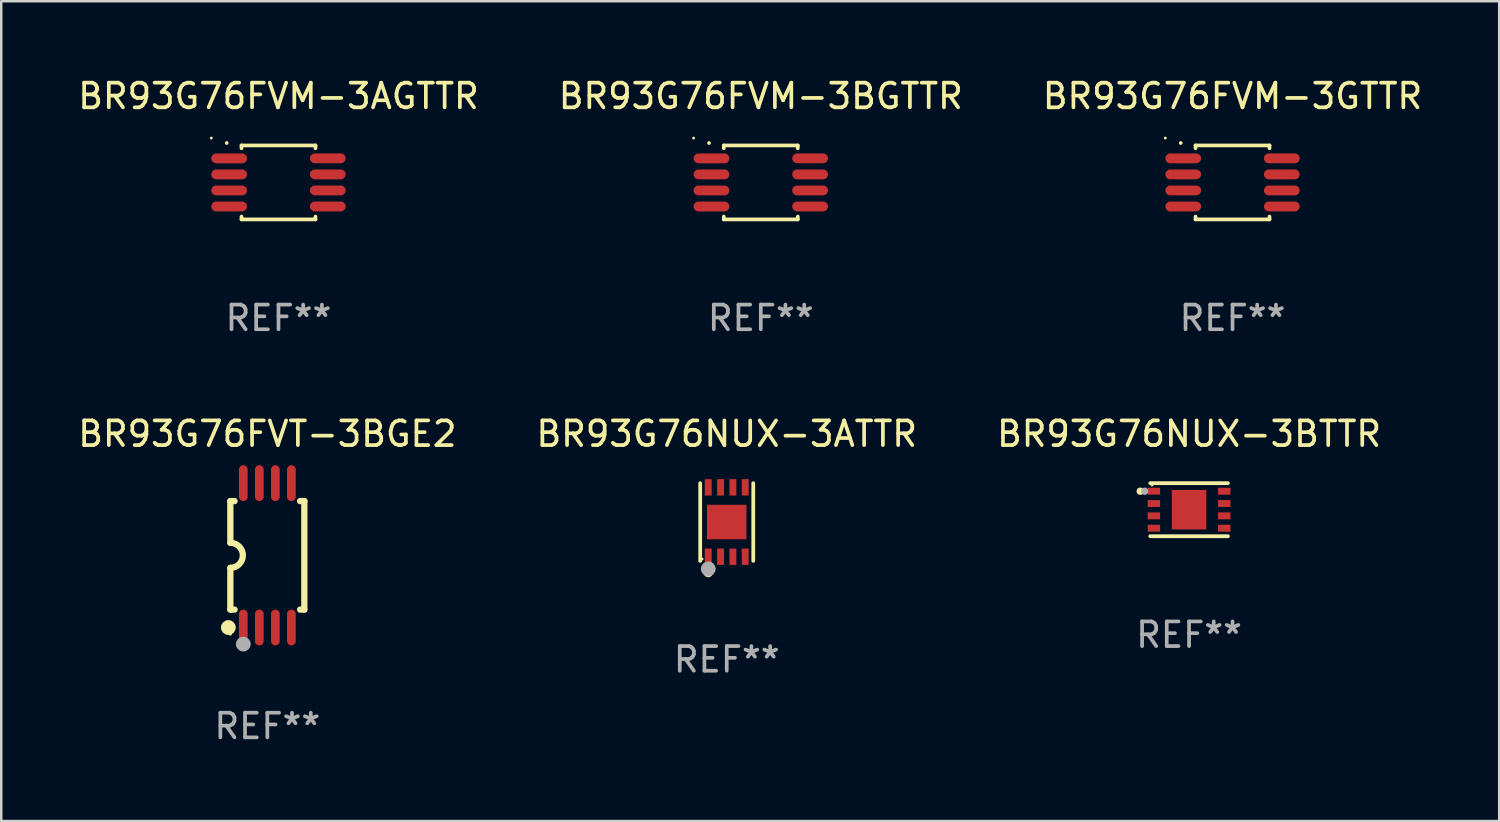
<source format=kicad_pcb>
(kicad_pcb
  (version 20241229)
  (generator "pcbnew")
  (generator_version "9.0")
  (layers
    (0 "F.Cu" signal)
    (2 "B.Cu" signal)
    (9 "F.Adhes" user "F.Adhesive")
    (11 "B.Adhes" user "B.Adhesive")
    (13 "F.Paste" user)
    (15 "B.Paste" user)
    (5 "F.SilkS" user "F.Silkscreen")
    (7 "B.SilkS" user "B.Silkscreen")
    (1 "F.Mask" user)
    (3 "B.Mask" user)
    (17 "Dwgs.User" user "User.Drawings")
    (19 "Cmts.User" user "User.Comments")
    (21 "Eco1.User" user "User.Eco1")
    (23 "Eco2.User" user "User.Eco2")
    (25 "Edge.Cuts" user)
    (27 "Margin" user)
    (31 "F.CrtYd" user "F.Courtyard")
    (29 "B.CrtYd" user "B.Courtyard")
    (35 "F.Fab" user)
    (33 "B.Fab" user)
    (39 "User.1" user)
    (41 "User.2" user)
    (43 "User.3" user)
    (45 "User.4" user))
  (footprint "BR93G76NUX-3BTTR"
    (layer "F.Cu")
    (at 45.173 17.621)
    (property "Reference" "BR93G76NUX-3BTTR" (at 0 -3.076 0) (layer "F.SilkS") (effects (font (size 1 1) (thickness 0.15))))
    (attr through_hole)
    (fp_line (start -1.576 -1.076) (end 1.576 -1.076) (stroke (width 0.152) (type solid)) (layer "F.SilkS"))
    (fp_line (start -1.576 1.076) (end 1.576 1.076) (stroke (width 0.152) (type solid)) (layer "F.SilkS"))
    (fp_circle (center -1.98 -0.75) (end -1.905 -0.75) (stroke (width 0.15) (type solid)) (fill no) (layer "F.SilkS"))
    (fp_circle (center -1.5 -1) (end -1.47 -1) (stroke (width 0.06) (type solid)) (fill no) (layer "F.SilkS"))
    (fp_circle (center -1.8 -0.75) (end -1.725 -0.75) (stroke (width 0.15) (type solid)) (fill no) (layer "F.Fab"))
    (fp_text user "REF**" (at 0 5.076 0) (layer "F.Fab") (effects (font (size 1 1) (thickness 0.15))))
    (pad "1" smd rect (at -1.427 -0.75) (size 0.505 0.28) (layers "F.Cu" "F.Mask" "F.Paste"))
    (pad "2" smd rect (at -1.427 -0.25) (size 0.505 0.28) (layers "F.Cu" "F.Mask" "F.Paste"))
    (pad "3" smd rect (at -1.427 0.25) (size 0.505 0.28) (layers "F.Cu" "F.Mask" "F.Paste"))
    (pad "4" smd rect (at -1.427 0.75) (size 0.505 0.28) (layers "F.Cu" "F.Mask" "F.Paste"))
    (pad "5" smd rect (at 1.427 0.75) (size 0.505 0.28) (layers "F.Cu" "F.Mask" "F.Paste"))
    (pad "6" smd rect (at 1.427 0.25) (size 0.505 0.28) (layers "F.Cu" "F.Mask" "F.Paste"))
    (pad "7" smd rect (at 1.427 -0.25) (size 0.505 0.28) (layers "F.Cu" "F.Mask" "F.Paste"))
    (pad "8" smd rect (at 1.427 -0.75) (size 0.505 0.28) (layers "F.Cu" "F.Mask" "F.Paste"))
    (pad "9" smd rect (at 0 0) (size 1.4 1.6) (layers "F.Cu" "F.Mask" "F.Paste")))
  (footprint "BR93G76FVM-3BGTTR"
    (layer "F.Cu")
    (at 27.804 4.348)
    (property "Reference" "BR93G76FVM-3BGTTR" (at 0 -3.5 0) (layer "F.SilkS") (effects (font (size 1 1) (thickness 0.15))))
    (attr through_hole)
    (fp_line (start -1.5 -1.5) (end 1.5 -1.5) (stroke (width 0.15) (type solid)) (layer "F.SilkS"))
    (fp_line (start -1.5 -1.385) (end -1.5 -1.5) (stroke (width 0.15) (type solid)) (layer "F.SilkS"))
    (fp_line (start -1.5 1.5) (end -1.5 1.385) (stroke (width 0.15) (type solid)) (layer "F.SilkS"))
    (fp_line (start 1.5 -1.5) (end 1.5 -1.385) (stroke (width 0.15) (type solid)) (layer "F.SilkS"))
    (fp_line (start 1.5 1.385) (end 1.5 1.5) (stroke (width 0.15) (type solid)) (layer "F.SilkS"))
    (fp_line (start 1.5 1.5) (end -1.5 1.5) (stroke (width 0.15) (type solid)) (layer "F.SilkS"))
    (fp_arc (start -2.099873 -1.59746) (mid -2.099879 -1.59873) (end -2.099873 -1.6) (stroke (width 0.150013) (type solid)) (layer "F.SilkS"))
    (fp_circle (center -2.725 -1.799) (end -2.695 -1.799) (stroke (width 0.06) (type solid)) (fill no) (layer "F.SilkS"))
    (fp_text user "REF**" (at 0 5.5 0) (layer "F.Fab") (effects (font (size 1 1) (thickness 0.15))))
    (pad "1" smd oval (at -2 -0.975 180) (size 1.45 0.4) (layers "F.Cu" "F.Mask" "F.Paste"))
    (pad "2" smd oval (at -2 -0.325 180) (size 1.45 0.4) (layers "F.Cu" "F.Mask" "F.Paste"))
    (pad "3" smd oval (at -2 0.325 180) (size 1.45 0.4) (layers "F.Cu" "F.Mask" "F.Paste"))
    (pad "4" smd oval (at -2 0.975 180) (size 1.45 0.4) (layers "F.Cu" "F.Mask" "F.Paste"))
    (pad "5" smd oval (at 2 0.975 180) (size 1.45 0.4) (layers "F.Cu" "F.Mask" "F.Paste"))
    (pad "6" smd oval (at 2 0.325 180) (size 1.45 0.4) (layers "F.Cu" "F.Mask" "F.Paste"))
    (pad "7" smd oval (at 2 -0.325 180) (size 1.45 0.4) (layers "F.Cu" "F.Mask" "F.Paste"))
    (pad "8" smd oval (at 2 -0.976 180) (size 1.45 0.4) (layers "F.Cu" "F.Mask" "F.Paste")))
  (footprint "BR93G76FVM-3GTTR"
    (layer "F.Cu")
    (at 46.935 4.348)
    (property "Reference" "BR93G76FVM-3GTTR" (at 0 -3.5 0) (layer "F.SilkS") (effects (font (size 1 1) (thickness 0.15))))
    (attr through_hole)
    (fp_line (start -1.5 -1.5) (end 1.5 -1.5) (stroke (width 0.15) (type solid)) (layer "F.SilkS"))
    (fp_line (start -1.5 -1.385) (end -1.5 -1.5) (stroke (width 0.15) (type solid)) (layer "F.SilkS"))
    (fp_line (start -1.5 1.5) (end -1.5 1.385) (stroke (width 0.15) (type solid)) (layer "F.SilkS"))
    (fp_line (start 1.5 -1.5) (end 1.5 -1.385) (stroke (width 0.15) (type solid)) (layer "F.SilkS"))
    (fp_line (start 1.5 1.385) (end 1.5 1.5) (stroke (width 0.15) (type solid)) (layer "F.SilkS"))
    (fp_line (start 1.5 1.5) (end -1.5 1.5) (stroke (width 0.15) (type solid)) (layer "F.SilkS"))
    (fp_arc (start -2.099873 -1.59746) (mid -2.099879 -1.59873) (end -2.099873 -1.6) (stroke (width 0.150013) (type solid)) (layer "F.SilkS"))
    (fp_circle (center -2.725 -1.799) (end -2.695 -1.799) (stroke (width 0.06) (type solid)) (fill no) (layer "F.SilkS"))
    (fp_text user "REF**" (at 0 5.5 0) (layer "F.Fab") (effects (font (size 1 1) (thickness 0.15))))
    (pad "1" smd oval (at -2 -0.975 180) (size 1.45 0.4) (layers "F.Cu" "F.Mask" "F.Paste"))
    (pad "2" smd oval (at -2 -0.325 180) (size 1.45 0.4) (layers "F.Cu" "F.Mask" "F.Paste"))
    (pad "3" smd oval (at -2 0.325 180) (size 1.45 0.4) (layers "F.Cu" "F.Mask" "F.Paste"))
    (pad "4" smd oval (at -2 0.975 180) (size 1.45 0.4) (layers "F.Cu" "F.Mask" "F.Paste"))
    (pad "5" smd oval (at 2 0.975 180) (size 1.45 0.4) (layers "F.Cu" "F.Mask" "F.Paste"))
    (pad "6" smd oval (at 2 0.325 180) (size 1.45 0.4) (layers "F.Cu" "F.Mask" "F.Paste"))
    (pad "7" smd oval (at 2 -0.325 180) (size 1.45 0.4) (layers "F.Cu" "F.Mask" "F.Paste"))
    (pad "8" smd oval (at 2 -0.976 180) (size 1.45 0.4) (layers "F.Cu" "F.Mask" "F.Paste")))
  (footprint "BR93G76NUX-3ATTR"
    (layer "F.Cu")
    (at 26.423 18.121)
    (property "Reference" "BR93G76NUX-3ATTR" (at 0 -3.576 0) (layer "F.SilkS") (effects (font (size 1 1) (thickness 0.15))))
    (attr through_hole)
    (fp_line (start -1.076 1.576) (end -1.076 -1.576) (stroke (width 0.152) (type solid)) (layer "F.SilkS"))
    (fp_line (start 1.076 -1.576) (end 1.076 1.576) (stroke (width 0.152) (type solid)) (layer "F.SilkS"))
    (fp_circle (center -1 1.5) (end -0.97 1.5) (stroke (width 0.06) (type solid)) (fill no) (layer "F.SilkS"))
    (fp_circle (center -0.75 2.04) (end -0.65 2.04) (stroke (width 0.2) (type solid)) (fill no) (layer "F.SilkS"))
    (fp_circle (center -0.75 1.9) (end -0.6 1.9) (stroke (width 0.3) (type solid)) (fill no) (layer "F.Fab"))
    (fp_text user "REF**" (at 0 5.576 0) (layer "F.Fab") (effects (font (size 1 1) (thickness 0.15))))
    (pad "1" smd rect (at -0.75 1.407) (size 0.28 0.665) (layers "F.Cu" "F.Mask" "F.Paste"))
    (pad "2" smd rect (at -0.25 1.407) (size 0.28 0.665) (layers "F.Cu" "F.Mask" "F.Paste"))
    (pad "3" smd rect (at 0.25 1.407) (size 0.28 0.665) (layers "F.Cu" "F.Mask" "F.Paste"))
    (pad "4" smd rect (at 0.75 1.407) (size 0.28 0.665) (layers "F.Cu" "F.Mask" "F.Paste"))
    (pad "5" smd rect (at 0.75 -1.407) (size 0.28 0.665) (layers "F.Cu" "F.Mask" "F.Paste"))
    (pad "6" smd rect (at 0.25 -1.407) (size 0.28 0.665) (layers "F.Cu" "F.Mask" "F.Paste"))
    (pad "7" smd rect (at -0.25 -1.407) (size 0.28 0.665) (layers "F.Cu" "F.Mask" "F.Paste"))
    (pad "8" smd rect (at -0.75 -1.407) (size 0.28 0.665) (layers "F.Cu" "F.Mask" "F.Paste"))
    (pad "9" smd rect (at 0 0) (size 1.6 1.4) (layers "F.Cu" "F.Mask" "F.Paste")))
  (footprint "BR93G76FVT-3BGE2"
    (layer "F.Cu")
    (at 7.792 19.472)
    (property "Reference" "BR93G76FVT-3BGE2" (at 0 -4.927 0) (layer "F.SilkS") (effects (font (size 1 1) (thickness 0.15))))
    (attr through_hole)
    (fp_line (start -1.5 -2.2) (end -1.5 -0.508) (stroke (width 0.254) (type solid)) (layer "F.SilkS"))
    (fp_line (start -1.5 -2.2) (end -1.328 -2.2) (stroke (width 0.254) (type solid)) (layer "F.SilkS"))
    (fp_line (start -1.5 2.2) (end -1.5 0.508) (stroke (width 0.254) (type solid)) (layer "F.SilkS"))
    (fp_line (start -1.5 2.2) (end -1.328 2.2) (stroke (width 0.254) (type solid)) (layer "F.SilkS"))
    (fp_line (start 1.328 -2.2) (end 1.5 -2.2) (stroke (width 0.254) (type solid)) (layer "F.SilkS"))
    (fp_line (start 1.328 2.2) (end 1.5 2.2) (stroke (width 0.254) (type solid)) (layer "F.SilkS"))
    (fp_line (start 1.5 -2.2) (end 1.5 2.2) (stroke (width 0.254) (type solid)) (layer "F.SilkS"))
    (fp_arc (start -1.501144 -0.508) (mid -0.993143 -0.000571) (end -1.5 0.508001) (stroke (width 0.254001) (type solid)) (layer "F.SilkS"))
    (fp_circle (center -1.581 2.927) (end -1.431 2.927) (stroke (width 0.3) (type solid)) (fill no) (layer "F.SilkS"))
    (fp_circle (center -1.5 3.2) (end -1.47 3.2) (stroke (width 0.06) (type solid)) (fill no) (layer "F.SilkS"))
    (fp_circle (center -0.975 3.6) (end -0.825 3.6) (stroke (width 0.3) (type solid)) (fill no) (layer "F.Fab"))
    (fp_text user "REF**" (at 0 6.927 0) (layer "F.Fab") (effects (font (size 1 1) (thickness 0.15))))
    (pad "1" smd oval (at -0.975 2.927) (size 0.353 1.454) (layers "F.Cu" "F.Mask" "F.Paste"))
    (pad "2" smd oval (at -0.325 2.927) (size 0.353 1.454) (layers "F.Cu" "F.Mask" "F.Paste"))
    (pad "3" smd oval (at 0.325 2.927) (size 0.353 1.454) (layers "F.Cu" "F.Mask" "F.Paste"))
    (pad "4" smd oval (at 0.975 2.927) (size 0.353 1.454) (layers "F.Cu" "F.Mask" "F.Paste"))
    (pad "5" smd oval (at 0.975 -2.927) (size 0.353 1.454) (layers "F.Cu" "F.Mask" "F.Paste"))
    (pad "6" smd oval (at 0.325 -2.927) (size 0.353 1.454) (layers "F.Cu" "F.Mask" "F.Paste"))
    (pad "7" smd oval (at -0.325 -2.927) (size 0.353 1.454) (layers "F.Cu" "F.Mask" "F.Paste"))
    (pad "8" smd oval (at -0.975 -2.927) (size 0.353 1.454) (layers "F.Cu" "F.Mask" "F.Paste")))
  (footprint "BR93G76FVM-3AGTTR"
    (layer "F.Cu")
    (at 8.244 4.348)
    (property "Reference" "BR93G76FVM-3AGTTR" (at 0 -3.5 0) (layer "F.SilkS") (effects (font (size 1 1) (thickness 0.15))))
    (attr through_hole)
    (fp_line (start -1.5 -1.5) (end 1.5 -1.5) (stroke (width 0.15) (type solid)) (layer "F.SilkS"))
    (fp_line (start -1.5 -1.385) (end -1.5 -1.5) (stroke (width 0.15) (type solid)) (layer "F.SilkS"))
    (fp_line (start -1.5 1.5) (end -1.5 1.385) (stroke (width 0.15) (type solid)) (layer "F.SilkS"))
    (fp_line (start 1.5 -1.5) (end 1.5 -1.385) (stroke (width 0.15) (type solid)) (layer "F.SilkS"))
    (fp_line (start 1.5 1.385) (end 1.5 1.5) (stroke (width 0.15) (type solid)) (layer "F.SilkS"))
    (fp_line (start 1.5 1.5) (end -1.5 1.5) (stroke (width 0.15) (type solid)) (layer "F.SilkS"))
    (fp_arc (start -2.099873 -1.59746) (mid -2.099879 -1.59873) (end -2.099873 -1.6) (stroke (width 0.150013) (type solid)) (layer "F.SilkS"))
    (fp_circle (center -2.725 -1.799) (end -2.695 -1.799) (stroke (width 0.06) (type solid)) (fill no) (layer "F.SilkS"))
    (fp_text user "REF**" (at 0 5.5 0) (layer "F.Fab") (effects (font (size 1 1) (thickness 0.15))))
    (pad "1" smd oval (at -2 -0.975 180) (size 1.45 0.4) (layers "F.Cu" "F.Mask" "F.Paste"))
    (pad "2" smd oval (at -2 -0.325 180) (size 1.45 0.4) (layers "F.Cu" "F.Mask" "F.Paste"))
    (pad "3" smd oval (at -2 0.325 180) (size 1.45 0.4) (layers "F.Cu" "F.Mask" "F.Paste"))
    (pad "4" smd oval (at -2 0.975 180) (size 1.45 0.4) (layers "F.Cu" "F.Mask" "F.Paste"))
    (pad "5" smd oval (at 2 0.975 180) (size 1.45 0.4) (layers "F.Cu" "F.Mask" "F.Paste"))
    (pad "6" smd oval (at 2 0.325 180) (size 1.45 0.4) (layers "F.Cu" "F.Mask" "F.Paste"))
    (pad "7" smd oval (at 2 -0.325 180) (size 1.45 0.4) (layers "F.Cu" "F.Mask" "F.Paste"))
    (pad "8" smd oval (at 2 -0.976 180) (size 1.45 0.4) (layers "F.Cu" "F.Mask" "F.Paste")))
  (gr_rect
    (start -3 -3)
    (end 57.75 30.247)
    (stroke (width 0.1) (type default))
    (fill no)
    (layer "Edge.Cuts")))
</source>
